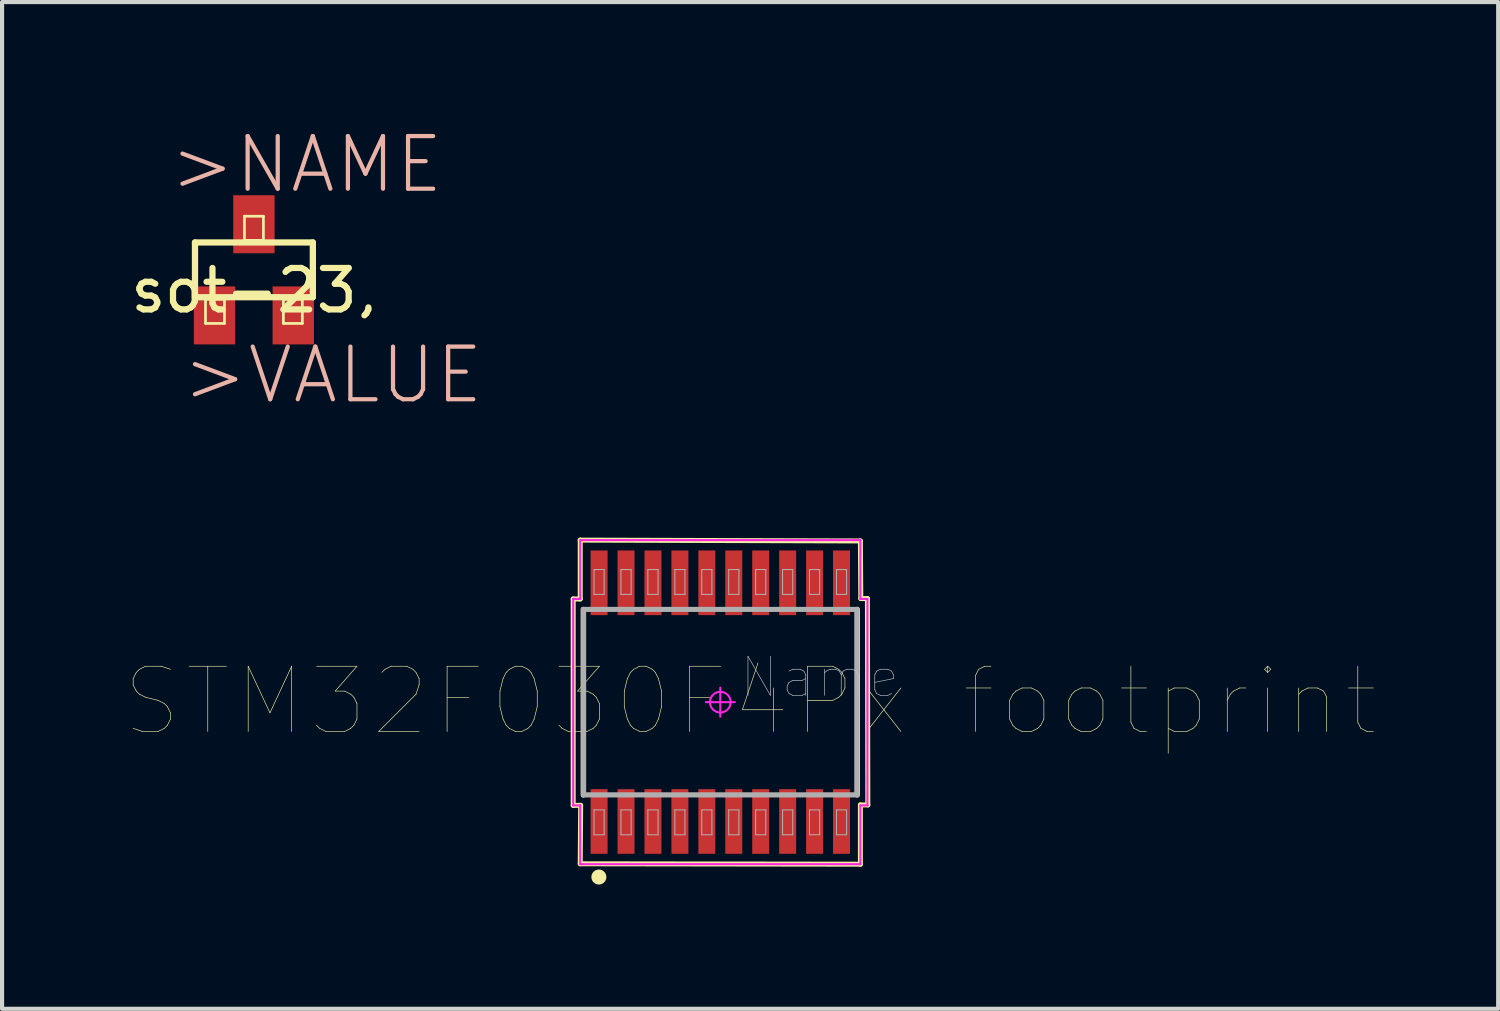
<source format=kicad_pcb>
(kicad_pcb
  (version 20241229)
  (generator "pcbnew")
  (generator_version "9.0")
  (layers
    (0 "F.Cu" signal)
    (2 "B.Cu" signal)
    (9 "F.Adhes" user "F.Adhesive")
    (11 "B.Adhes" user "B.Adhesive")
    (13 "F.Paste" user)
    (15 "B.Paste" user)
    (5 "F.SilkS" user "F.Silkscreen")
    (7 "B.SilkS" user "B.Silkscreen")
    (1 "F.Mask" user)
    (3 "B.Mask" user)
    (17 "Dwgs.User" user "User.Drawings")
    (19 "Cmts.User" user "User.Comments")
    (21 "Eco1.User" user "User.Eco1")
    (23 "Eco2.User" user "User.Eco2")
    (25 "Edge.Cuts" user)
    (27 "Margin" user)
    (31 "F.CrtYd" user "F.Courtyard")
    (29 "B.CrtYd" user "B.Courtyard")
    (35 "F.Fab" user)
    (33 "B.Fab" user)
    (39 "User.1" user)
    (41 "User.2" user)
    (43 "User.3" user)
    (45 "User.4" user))
  (footprint "sot-23,"
    (layer "F.Cu")
    (at 3.077 3.461)
    (property "Reference" "sot-23," (at 0 0.5 0) (layer "F.SilkS") (effects (font (size 1 1) (thickness 0.15))))
    (attr through_hole)
    (fp_line (start -1.422 -0.66) (end 1.422 -0.66) (stroke (width 0.152) (type solid)) (layer "F.SilkS"))
    (fp_line (start -1.422 0.66) (end -1.422 -0.66) (stroke (width 0.152) (type solid)) (layer "F.SilkS"))
    (fp_line (start -1.168 0.711) (end -0.711 0.711) (stroke (width 0.066) (type solid)) (layer "F.SilkS"))
    (fp_line (start -1.168 1.293) (end -1.168 0.711) (stroke (width 0.066) (type solid)) (layer "F.SilkS"))
    (fp_line (start -1.168 1.293) (end -0.711 1.293) (stroke (width 0.066) (type solid)) (layer "F.SilkS"))
    (fp_line (start -0.711 1.293) (end -0.711 0.711) (stroke (width 0.066) (type solid)) (layer "F.SilkS"))
    (fp_line (start -0.229 -1.293) (end 0.229 -1.293) (stroke (width 0.066) (type solid)) (layer "F.SilkS"))
    (fp_line (start -0.229 -0.711) (end -0.229 -1.293) (stroke (width 0.066) (type solid)) (layer "F.SilkS"))
    (fp_line (start -0.229 -0.711) (end 0.229 -0.711) (stroke (width 0.066) (type solid)) (layer "F.SilkS"))
    (fp_line (start 0.229 -0.711) (end 0.229 -1.293) (stroke (width 0.066) (type solid)) (layer "F.SilkS"))
    (fp_line (start 0.711 0.711) (end 1.168 0.711) (stroke (width 0.066) (type solid)) (layer "F.SilkS"))
    (fp_line (start 0.711 1.293) (end 0.711 0.711) (stroke (width 0.066) (type solid)) (layer "F.SilkS"))
    (fp_line (start 0.711 1.293) (end 1.168 1.293) (stroke (width 0.066) (type solid)) (layer "F.SilkS"))
    (fp_line (start 1.168 1.293) (end 1.168 0.711) (stroke (width 0.066) (type solid)) (layer "F.SilkS"))
    (fp_line (start 1.422 -0.66) (end 1.422 0.66) (stroke (width 0.152) (type solid)) (layer "F.SilkS"))
    (fp_line (start 1.422 0.66) (end -1.422 0.66) (stroke (width 0.152) (type solid)) (layer "F.SilkS"))
    (fp_text user ">NAME" (at 1.27 -2.54 0) (layer "B.SilkS") (effects (font (size 1.27 1.27) (thickness 0.102))))
    (fp_text user ">VALUE" (at 1.905 2.54 0) (layer "B.SilkS") (effects (font (size 1.27 1.27) (thickness 0.102))))
    (pad "1" smd rect (at -0.95 1.1) (size 0.998 1.4) (layers "F.Cu" "F.Mask" "F.Paste"))
    (pad "2" smd rect (at 0.95 1.1) (size 0.998 1.4) (layers "F.Cu" "F.Mask" "F.Paste"))
    (pad "3" smd rect (at 0 -1.1) (size 0.998 1.4) (layers "F.Cu" "F.Mask" "F.Paste")))
  (footprint "STM32F030F4Px footprint"
    (layer "F.Cu")
    (at 14.331 13.893)
    (property "Reference" "STM32F030F4Px footprint" (at 0.72 -0.02 0) (layer "F.SilkS") (effects (font (size 1.575 1.575) (thickness 0.015))))
    (fp_line (start -3.55 -2.49) (end -3.38 -2.49) (stroke (width 0.12) (type solid)) (layer "F.SilkS"))
    (fp_line (start -3.55 2.49) (end -3.55 -2.49) (stroke (width 0.12) (type solid)) (layer "F.SilkS"))
    (fp_line (start -3.38 -3.91) (end 3.38 -3.89) (stroke (width 0.12) (type solid)) (layer "F.SilkS"))
    (fp_line (start -3.38 -2.49) (end -3.38 -3.91) (stroke (width 0.12) (type solid)) (layer "F.SilkS"))
    (fp_line (start -3.38 3.9) (end -3.37 2.49) (stroke (width 0.12) (type solid)) (layer "F.SilkS"))
    (fp_line (start -3.37 2.49) (end -3.55 2.49) (stroke (width 0.12) (type solid)) (layer "F.SilkS"))
    (fp_line (start -3.31 2.24) (end -3.31 -2.24) (stroke (width 0.12) (type solid)) (layer "F.SilkS"))
    (fp_line (start 3.31 2.24) (end 3.31 -2.24) (stroke (width 0.12) (type solid)) (layer "F.SilkS"))
    (fp_line (start 3.38 -3.89) (end 3.39 -2.5) (stroke (width 0.12) (type solid)) (layer "F.SilkS"))
    (fp_line (start 3.38 2.48) (end 3.38 3.91) (stroke (width 0.12) (type solid)) (layer "F.SilkS"))
    (fp_line (start 3.38 3.91) (end -3.38 3.9) (stroke (width 0.12) (type solid)) (layer "F.SilkS"))
    (fp_line (start 3.39 -2.5) (end 3.55 -2.5) (stroke (width 0.12) (type solid)) (layer "F.SilkS"))
    (fp_line (start 3.55 -2.5) (end 3.56 2.48) (stroke (width 0.12) (type solid)) (layer "F.SilkS"))
    (fp_line (start 3.56 2.48) (end 3.38 2.48) (stroke (width 0.12) (type solid)) (layer "F.SilkS"))
    (fp_circle (center -2.93 4.22) (end -2.749 4.22) (stroke (width 0) (type solid)) (fill yes) (layer "F.SilkS"))
    (fp_line (start -3.55 -2.49) (end -3.55 2.49) (stroke (width 0.05) (type solid)) (layer "F.CrtYd"))
    (fp_line (start -3.55 2.49) (end -3.38 2.49) (stroke (width 0.05) (type solid)) (layer "F.CrtYd"))
    (fp_line (start -3.38 -3.91) (end -3.38 -2.49) (stroke (width 0.05) (type solid)) (layer "F.CrtYd"))
    (fp_line (start -3.38 -2.49) (end -3.55 -2.49) (stroke (width 0.05) (type solid)) (layer "F.CrtYd"))
    (fp_line (start -3.38 2.49) (end -3.38 3.91) (stroke (width 0.05) (type solid)) (layer "F.CrtYd"))
    (fp_line (start -3.38 3.91) (end 3.38 3.91) (stroke (width 0.05) (type solid)) (layer "F.CrtYd"))
    (fp_line (start -0.35 0) (end 0.35 0) (stroke (width 0.05) (type solid)) (layer "F.CrtYd"))
    (fp_line (start 0 -0.35) (end 0 0.35) (stroke (width 0.05) (type solid)) (layer "F.CrtYd"))
    (fp_line (start 3.38 -3.91) (end -3.38 -3.91) (stroke (width 0.05) (type solid)) (layer "F.CrtYd"))
    (fp_line (start 3.38 -2.49) (end 3.38 -3.91) (stroke (width 0.05) (type solid)) (layer "F.CrtYd"))
    (fp_line (start 3.38 2.49) (end 3.55 2.49) (stroke (width 0.05) (type solid)) (layer "F.CrtYd"))
    (fp_line (start 3.38 3.91) (end 3.38 2.49) (stroke (width 0.05) (type solid)) (layer "F.CrtYd"))
    (fp_line (start 3.55 -2.49) (end 3.38 -2.49) (stroke (width 0.05) (type solid)) (layer "F.CrtYd"))
    (fp_line (start 3.55 2.49) (end 3.55 -2.49) (stroke (width 0.05) (type solid)) (layer "F.CrtYd"))
    (fp_circle (center 0 0) (end 0.25 0) (stroke (width 0.05) (type solid)) (fill no) (layer "F.CrtYd"))
    (fp_line (start -3.3 -2.24) (end 3.3 -2.24) (stroke (width 0.12) (type solid)) (layer "F.Fab"))
    (fp_line (start -3.3 2.24) (end -3.3 -2.24) (stroke (width 0.12) (type solid)) (layer "F.Fab"))
    (fp_line (start -3.25 -2.195) (end 3.25 -2.195) (stroke (width 0.025) (type solid)) (layer "F.Fab"))
    (fp_line (start -3.25 2.195) (end -3.25 -2.195) (stroke (width 0.025) (type solid)) (layer "F.Fab"))
    (fp_line (start -3.047 -3.2) (end -2.803 -3.2) (stroke (width 0.025) (type solid)) (layer "F.Fab"))
    (fp_line (start -3.047 -2.6) (end -3.047 -3.2) (stroke (width 0.025) (type solid)) (layer "F.Fab"))
    (fp_line (start -3.047 2.6) (end -2.803 2.6) (stroke (width 0.025) (type solid)) (layer "F.Fab"))
    (fp_line (start -3.047 3.2) (end -3.047 2.6) (stroke (width 0.025) (type solid)) (layer "F.Fab"))
    (fp_line (start -2.803 -3.2) (end -2.803 -2.6) (stroke (width 0.025) (type solid)) (layer "F.Fab"))
    (fp_line (start -2.803 -2.6) (end -3.047 -2.6) (stroke (width 0.025) (type solid)) (layer "F.Fab"))
    (fp_line (start -2.803 2.6) (end -2.803 3.2) (stroke (width 0.025) (type solid)) (layer "F.Fab"))
    (fp_line (start -2.803 3.2) (end -3.047 3.2) (stroke (width 0.025) (type solid)) (layer "F.Fab"))
    (fp_line (start -2.397 -3.2) (end -2.152 -3.2) (stroke (width 0.025) (type solid)) (layer "F.Fab"))
    (fp_line (start -2.397 -2.6) (end -2.397 -3.2) (stroke (width 0.025) (type solid)) (layer "F.Fab"))
    (fp_line (start -2.397 2.6) (end -2.152 2.6) (stroke (width 0.025) (type solid)) (layer "F.Fab"))
    (fp_line (start -2.397 3.2) (end -2.397 2.6) (stroke (width 0.025) (type solid)) (layer "F.Fab"))
    (fp_line (start -2.152 -3.2) (end -2.152 -2.6) (stroke (width 0.025) (type solid)) (layer "F.Fab"))
    (fp_line (start -2.152 -2.6) (end -2.397 -2.6) (stroke (width 0.025) (type solid)) (layer "F.Fab"))
    (fp_line (start -2.152 2.6) (end -2.152 3.2) (stroke (width 0.025) (type solid)) (layer "F.Fab"))
    (fp_line (start -2.152 3.2) (end -2.397 3.2) (stroke (width 0.025) (type solid)) (layer "F.Fab"))
    (fp_line (start -1.748 -3.2) (end -1.502 -3.2) (stroke (width 0.025) (type solid)) (layer "F.Fab"))
    (fp_line (start -1.748 -2.6) (end -1.748 -3.2) (stroke (width 0.025) (type solid)) (layer "F.Fab"))
    (fp_line (start -1.748 2.6) (end -1.502 2.6) (stroke (width 0.025) (type solid)) (layer "F.Fab"))
    (fp_line (start -1.748 3.2) (end -1.748 2.6) (stroke (width 0.025) (type solid)) (layer "F.Fab"))
    (fp_line (start -1.502 -3.2) (end -1.502 -2.6) (stroke (width 0.025) (type solid)) (layer "F.Fab"))
    (fp_line (start -1.502 -2.6) (end -1.748 -2.6) (stroke (width 0.025) (type solid)) (layer "F.Fab"))
    (fp_line (start -1.502 2.6) (end -1.502 3.2) (stroke (width 0.025) (type solid)) (layer "F.Fab"))
    (fp_line (start -1.502 3.2) (end -1.748 3.2) (stroke (width 0.025) (type solid)) (layer "F.Fab"))
    (fp_line (start -1.097 -3.2) (end -0.853 -3.2) (stroke (width 0.025) (type solid)) (layer "F.Fab"))
    (fp_line (start -1.097 -2.6) (end -1.097 -3.2) (stroke (width 0.025) (type solid)) (layer "F.Fab"))
    (fp_line (start -1.097 2.6) (end -0.853 2.6) (stroke (width 0.025) (type solid)) (layer "F.Fab"))
    (fp_line (start -1.097 3.2) (end -1.097 2.6) (stroke (width 0.025) (type solid)) (layer "F.Fab"))
    (fp_line (start -0.853 -3.2) (end -0.853 -2.6) (stroke (width 0.025) (type solid)) (layer "F.Fab"))
    (fp_line (start -0.853 -2.6) (end -1.097 -2.6) (stroke (width 0.025) (type solid)) (layer "F.Fab"))
    (fp_line (start -0.853 2.6) (end -0.853 3.2) (stroke (width 0.025) (type solid)) (layer "F.Fab"))
    (fp_line (start -0.853 3.2) (end -1.097 3.2) (stroke (width 0.025) (type solid)) (layer "F.Fab"))
    (fp_line (start -0.448 -3.2) (end -0.203 -3.2) (stroke (width 0.025) (type solid)) (layer "F.Fab"))
    (fp_line (start -0.448 -2.6) (end -0.448 -3.2) (stroke (width 0.025) (type solid)) (layer "F.Fab"))
    (fp_line (start -0.448 2.6) (end -0.203 2.6) (stroke (width 0.025) (type solid)) (layer "F.Fab"))
    (fp_line (start -0.448 3.2) (end -0.448 2.6) (stroke (width 0.025) (type solid)) (layer "F.Fab"))
    (fp_line (start -0.203 -3.2) (end -0.203 -2.6) (stroke (width 0.025) (type solid)) (layer "F.Fab"))
    (fp_line (start -0.203 -2.6) (end -0.448 -2.6) (stroke (width 0.025) (type solid)) (layer "F.Fab"))
    (fp_line (start -0.203 2.6) (end -0.203 3.2) (stroke (width 0.025) (type solid)) (layer "F.Fab"))
    (fp_line (start -0.203 3.2) (end -0.448 3.2) (stroke (width 0.025) (type solid)) (layer "F.Fab"))
    (fp_line (start 0.203 -3.2) (end 0.448 -3.2) (stroke (width 0.025) (type solid)) (layer "F.Fab"))
    (fp_line (start 0.203 -2.6) (end 0.203 -3.2) (stroke (width 0.025) (type solid)) (layer "F.Fab"))
    (fp_line (start 0.203 2.6) (end 0.448 2.6) (stroke (width 0.025) (type solid)) (layer "F.Fab"))
    (fp_line (start 0.203 3.2) (end 0.203 2.6) (stroke (width 0.025) (type solid)) (layer "F.Fab"))
    (fp_line (start 0.448 -3.2) (end 0.448 -2.6) (stroke (width 0.025) (type solid)) (layer "F.Fab"))
    (fp_line (start 0.448 -2.6) (end 0.203 -2.6) (stroke (width 0.025) (type solid)) (layer "F.Fab"))
    (fp_line (start 0.448 2.6) (end 0.448 3.2) (stroke (width 0.025) (type solid)) (layer "F.Fab"))
    (fp_line (start 0.448 3.2) (end 0.203 3.2) (stroke (width 0.025) (type solid)) (layer "F.Fab"))
    (fp_line (start 0.853 -3.2) (end 1.097 -3.2) (stroke (width 0.025) (type solid)) (layer "F.Fab"))
    (fp_line (start 0.853 -2.6) (end 0.853 -3.2) (stroke (width 0.025) (type solid)) (layer "F.Fab"))
    (fp_line (start 0.853 2.6) (end 1.097 2.6) (stroke (width 0.025) (type solid)) (layer "F.Fab"))
    (fp_line (start 0.853 3.2) (end 0.853 2.6) (stroke (width 0.025) (type solid)) (layer "F.Fab"))
    (fp_line (start 1.097 -3.2) (end 1.097 -2.6) (stroke (width 0.025) (type solid)) (layer "F.Fab"))
    (fp_line (start 1.097 -2.6) (end 0.853 -2.6) (stroke (width 0.025) (type solid)) (layer "F.Fab"))
    (fp_line (start 1.097 2.6) (end 1.097 3.2) (stroke (width 0.025) (type solid)) (layer "F.Fab"))
    (fp_line (start 1.097 3.2) (end 0.853 3.2) (stroke (width 0.025) (type solid)) (layer "F.Fab"))
    (fp_line (start 1.502 -3.2) (end 1.748 -3.2) (stroke (width 0.025) (type solid)) (layer "F.Fab"))
    (fp_line (start 1.502 -2.6) (end 1.502 -3.2) (stroke (width 0.025) (type solid)) (layer "F.Fab"))
    (fp_line (start 1.502 2.6) (end 1.748 2.6) (stroke (width 0.025) (type solid)) (layer "F.Fab"))
    (fp_line (start 1.502 3.2) (end 1.502 2.6) (stroke (width 0.025) (type solid)) (layer "F.Fab"))
    (fp_line (start 1.748 -3.2) (end 1.748 -2.6) (stroke (width 0.025) (type solid)) (layer "F.Fab"))
    (fp_line (start 1.748 -2.6) (end 1.502 -2.6) (stroke (width 0.025) (type solid)) (layer "F.Fab"))
    (fp_line (start 1.748 2.6) (end 1.748 3.2) (stroke (width 0.025) (type solid)) (layer "F.Fab"))
    (fp_line (start 1.748 3.2) (end 1.502 3.2) (stroke (width 0.025) (type solid)) (layer "F.Fab"))
    (fp_line (start 2.152 -3.2) (end 2.397 -3.2) (stroke (width 0.025) (type solid)) (layer "F.Fab"))
    (fp_line (start 2.152 -2.6) (end 2.152 -3.2) (stroke (width 0.025) (type solid)) (layer "F.Fab"))
    (fp_line (start 2.152 2.6) (end 2.397 2.6) (stroke (width 0.025) (type solid)) (layer "F.Fab"))
    (fp_line (start 2.152 3.2) (end 2.152 2.6) (stroke (width 0.025) (type solid)) (layer "F.Fab"))
    (fp_line (start 2.397 -3.2) (end 2.397 -2.6) (stroke (width 0.025) (type solid)) (layer "F.Fab"))
    (fp_line (start 2.397 -2.6) (end 2.152 -2.6) (stroke (width 0.025) (type solid)) (layer "F.Fab"))
    (fp_line (start 2.397 2.6) (end 2.397 3.2) (stroke (width 0.025) (type solid)) (layer "F.Fab"))
    (fp_line (start 2.397 3.2) (end 2.152 3.2) (stroke (width 0.025) (type solid)) (layer "F.Fab"))
    (fp_line (start 2.803 -3.2) (end 3.047 -3.2) (stroke (width 0.025) (type solid)) (layer "F.Fab"))
    (fp_line (start 2.803 -2.6) (end 2.803 -3.2) (stroke (width 0.025) (type solid)) (layer "F.Fab"))
    (fp_line (start 2.803 2.6) (end 3.047 2.6) (stroke (width 0.025) (type solid)) (layer "F.Fab"))
    (fp_line (start 2.803 3.2) (end 2.803 2.6) (stroke (width 0.025) (type solid)) (layer "F.Fab"))
    (fp_line (start 3.047 -3.2) (end 3.047 -2.6) (stroke (width 0.025) (type solid)) (layer "F.Fab"))
    (fp_line (start 3.047 -2.6) (end 2.803 -2.6) (stroke (width 0.025) (type solid)) (layer "F.Fab"))
    (fp_line (start 3.047 2.6) (end 3.047 3.2) (stroke (width 0.025) (type solid)) (layer "F.Fab"))
    (fp_line (start 3.047 3.2) (end 2.803 3.2) (stroke (width 0.025) (type solid)) (layer "F.Fab"))
    (fp_line (start 3.25 -2.195) (end 3.25 2.195) (stroke (width 0.025) (type solid)) (layer "F.Fab"))
    (fp_line (start 3.25 2.195) (end -3.25 2.195) (stroke (width 0.025) (type solid)) (layer "F.Fab"))
    (fp_line (start 3.3 -2.24) (end 3.3 2.24) (stroke (width 0.12) (type solid)) (layer "F.Fab"))
    (fp_line (start 3.3 2.24) (end -3.3 2.24) (stroke (width 0.12) (type solid)) (layer "F.Fab"))
    (fp_text user "Name" (at 2.4 -0.6 0) (layer "Dwgs.User") (effects (font (size 0.945 0.945) (thickness 0.015))))
    (pad "1" smd rect (at -2.925 2.88) (size 0.41 1.56) (layers "F.Cu" "F.Mask" "F.Paste"))
    (pad "2" smd rect (at -2.275 2.88) (size 0.41 1.56) (layers "F.Cu" "F.Mask" "F.Paste"))
    (pad "3" smd rect (at -1.625 2.88) (size 0.41 1.56) (layers "F.Cu" "F.Mask" "F.Paste"))
    (pad "4" smd rect (at -0.975 2.88) (size 0.41 1.56) (layers "F.Cu" "F.Mask" "F.Paste"))
    (pad "5" smd rect (at -0.325 2.88) (size 0.41 1.56) (layers "F.Cu" "F.Mask" "F.Paste"))
    (pad "6" smd rect (at 0.325 2.88) (size 0.41 1.56) (layers "F.Cu" "F.Mask" "F.Paste"))
    (pad "7" smd rect (at 0.975 2.88) (size 0.41 1.56) (layers "F.Cu" "F.Mask" "F.Paste"))
    (pad "8" smd rect (at 1.625 2.88) (size 0.41 1.56) (layers "F.Cu" "F.Mask" "F.Paste"))
    (pad "9" smd rect (at 2.275 2.88) (size 0.41 1.56) (layers "F.Cu" "F.Mask" "F.Paste"))
    (pad "10" smd rect (at 2.925 2.88) (size 0.41 1.56) (layers "F.Cu" "F.Mask" "F.Paste"))
    (pad "11" smd rect (at 2.925 -2.88) (size 0.41 1.56) (layers "F.Cu" "F.Mask" "F.Paste"))
    (pad "12" smd rect (at 2.275 -2.88) (size 0.41 1.56) (layers "F.Cu" "F.Mask" "F.Paste"))
    (pad "13" smd rect (at 1.625 -2.88) (size 0.41 1.56) (layers "F.Cu" "F.Mask" "F.Paste"))
    (pad "14" smd rect (at 0.975 -2.88) (size 0.41 1.56) (layers "F.Cu" "F.Mask" "F.Paste"))
    (pad "15" smd rect (at 0.325 -2.88) (size 0.41 1.56) (layers "F.Cu" "F.Mask" "F.Paste"))
    (pad "16" smd rect (at -0.325 -2.88) (size 0.41 1.56) (layers "F.Cu" "F.Mask" "F.Paste"))
    (pad "17" smd rect (at -0.975 -2.88) (size 0.41 1.56) (layers "F.Cu" "F.Mask" "F.Paste"))
    (pad "18" smd rect (at -1.625 -2.88) (size 0.41 1.56) (layers "F.Cu" "F.Mask" "F.Paste"))
    (pad "19" smd rect (at -2.275 -2.88) (size 0.41 1.56) (layers "F.Cu" "F.Mask" "F.Paste"))
    (pad "20" smd rect (at -2.925 -2.88) (size 0.41 1.56) (layers "F.Cu" "F.Mask" "F.Paste")))
  (gr_rect
    (start -3 -3)
    (end 33.101 21.293)
    (stroke (width 0.1) (type default))
    (fill no)
    (layer "Edge.Cuts")))
</source>
